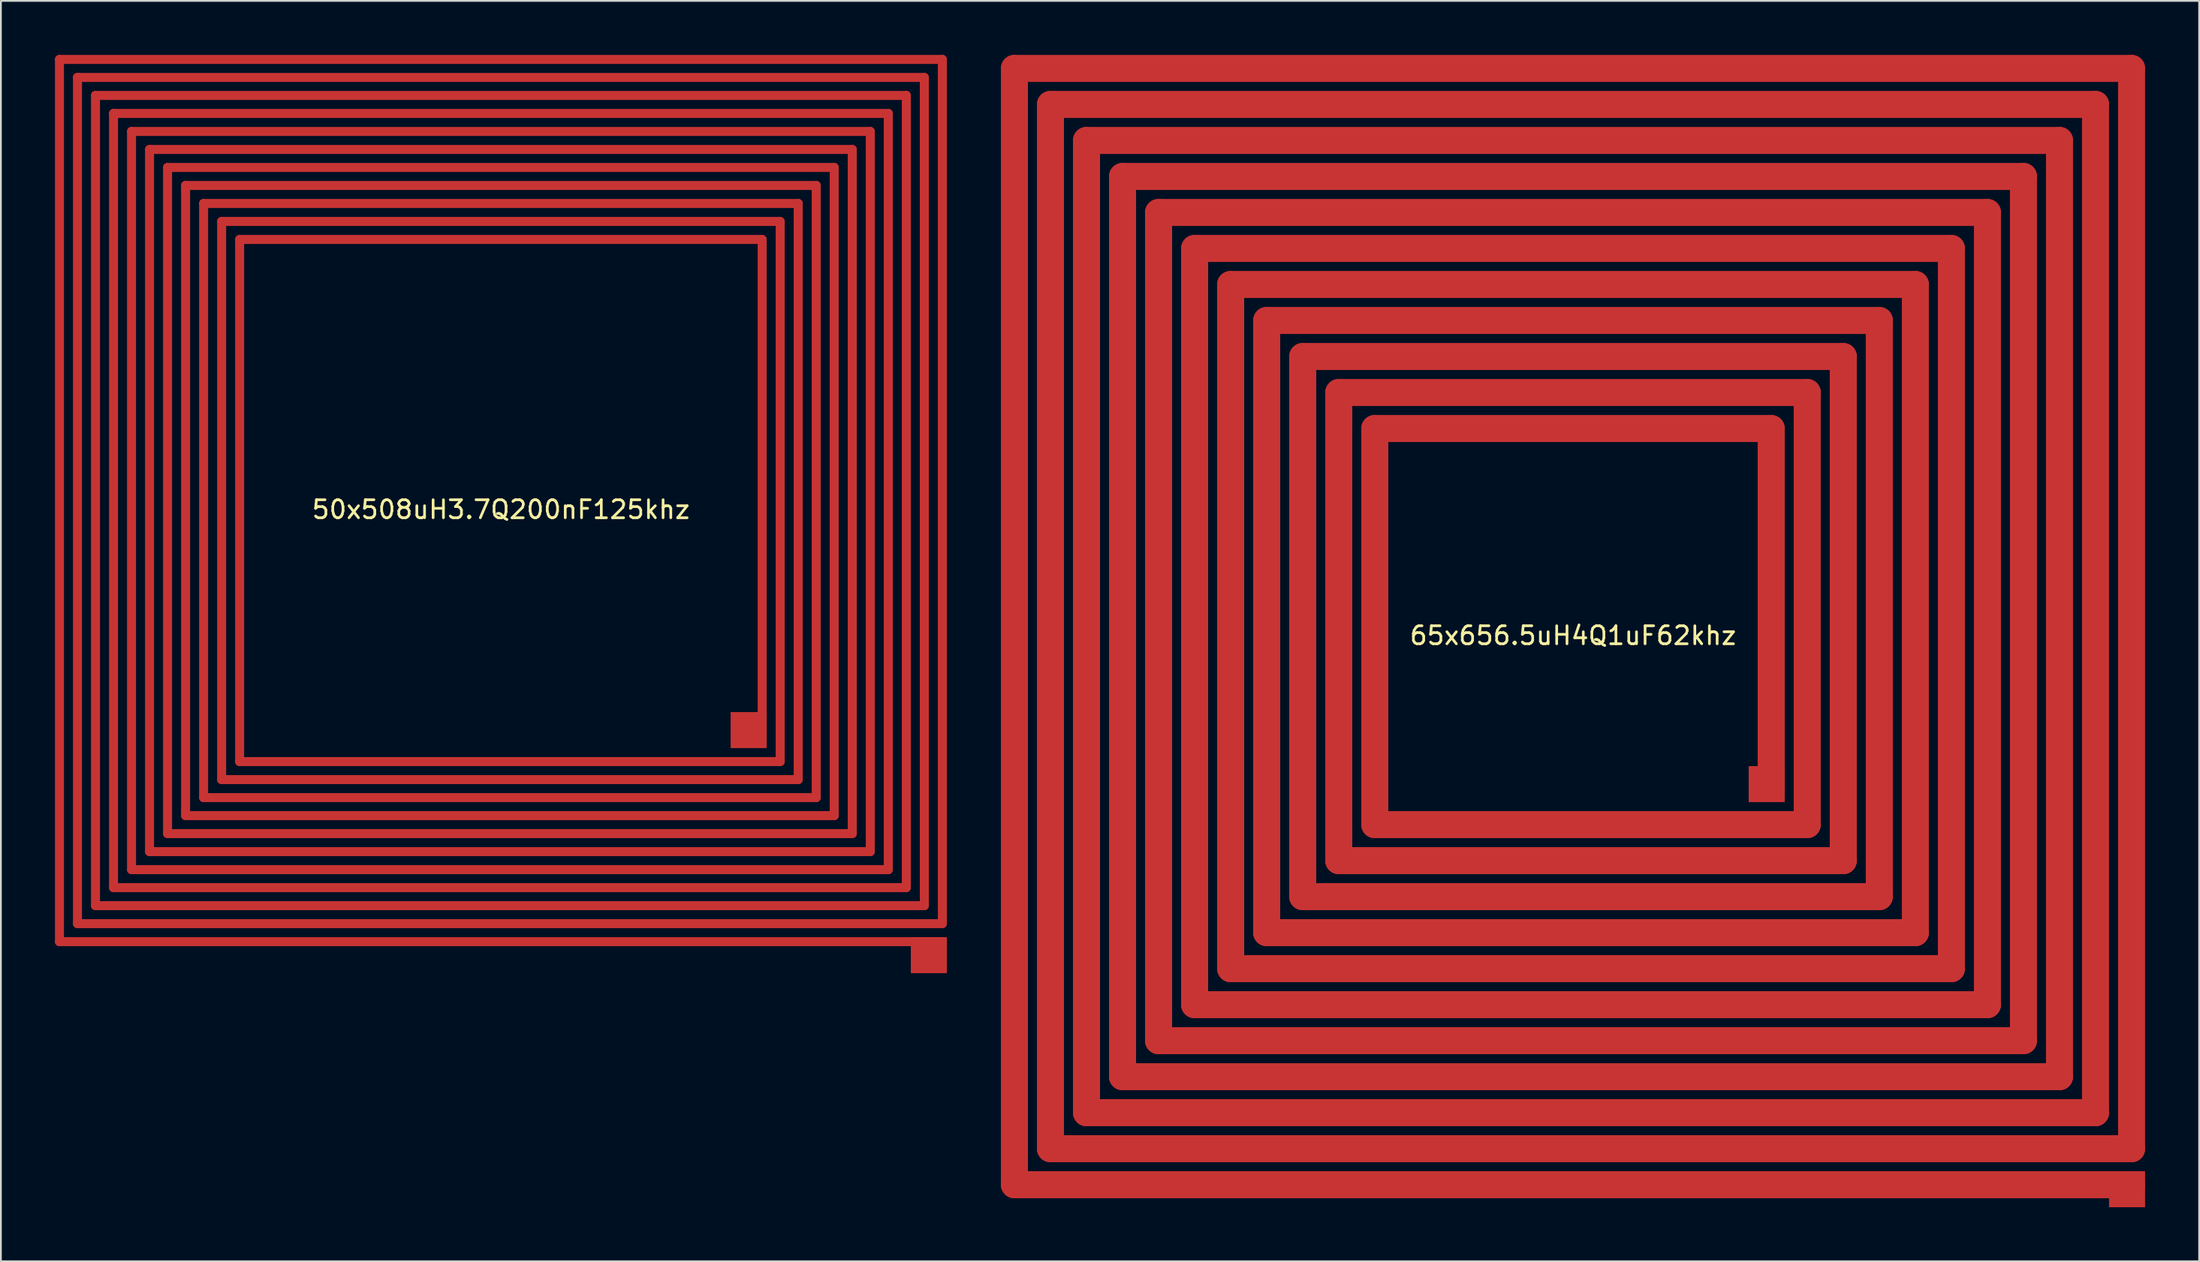
<source format=kicad_pcb>
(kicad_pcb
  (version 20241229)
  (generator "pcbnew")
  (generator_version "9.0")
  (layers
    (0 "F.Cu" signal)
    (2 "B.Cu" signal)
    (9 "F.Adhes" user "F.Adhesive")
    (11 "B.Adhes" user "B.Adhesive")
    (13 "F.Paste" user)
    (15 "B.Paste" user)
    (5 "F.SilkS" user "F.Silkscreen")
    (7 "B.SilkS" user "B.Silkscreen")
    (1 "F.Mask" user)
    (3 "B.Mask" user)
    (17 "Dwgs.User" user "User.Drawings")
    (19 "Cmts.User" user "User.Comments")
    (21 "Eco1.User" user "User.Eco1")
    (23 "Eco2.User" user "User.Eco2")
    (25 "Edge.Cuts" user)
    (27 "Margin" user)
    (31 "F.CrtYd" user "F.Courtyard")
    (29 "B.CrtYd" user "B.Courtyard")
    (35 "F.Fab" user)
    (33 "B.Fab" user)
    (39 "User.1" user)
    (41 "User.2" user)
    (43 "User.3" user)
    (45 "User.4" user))
  (footprint "65x656.5uH4Q1uF62khz"
    (layer "F.Cu")
    (at 84.25 31.75)
    (property "Reference" "65x656.5uH4Q1uF62khz" (at 0 0.5 0) (layer "F.SilkS") (effects (font (size 1 1) (thickness 0.15))))
    (attr through_hole)
    (fp_line (start -31 -31) (end 31 -31) (stroke (width 1.5) (type solid)) (layer "F.Cu"))
    (fp_line (start -31 31) (end -31 -31) (stroke (width 1.5) (type solid)) (layer "F.Cu"))
    (fp_line (start -29 -29) (end 29 -29) (stroke (width 1.5) (type solid)) (layer "F.Cu"))
    (fp_line (start -29 29) (end -29 -29) (stroke (width 1.5) (type solid)) (layer "F.Cu"))
    (fp_line (start -27 -27) (end 27 -27) (stroke (width 1.5) (type solid)) (layer "F.Cu"))
    (fp_line (start -27 27) (end -27 -27) (stroke (width 1.5) (type solid)) (layer "F.Cu"))
    (fp_line (start -25 -25) (end 25 -25) (stroke (width 1.5) (type solid)) (layer "F.Cu"))
    (fp_line (start -25 25) (end -25 -25) (stroke (width 1.5) (type solid)) (layer "F.Cu"))
    (fp_line (start -23 -23) (end 23 -23) (stroke (width 1.5) (type solid)) (layer "F.Cu"))
    (fp_line (start -23 23) (end -23 -23) (stroke (width 1.5) (type solid)) (layer "F.Cu"))
    (fp_line (start -21 -21) (end 21 -21) (stroke (width 1.5) (type solid)) (layer "F.Cu"))
    (fp_line (start -21 21) (end -21 -21) (stroke (width 1.5) (type solid)) (layer "F.Cu"))
    (fp_line (start -19 -19) (end 19 -19) (stroke (width 1.5) (type solid)) (layer "F.Cu"))
    (fp_line (start -19 19) (end -19 -19) (stroke (width 1.5) (type solid)) (layer "F.Cu"))
    (fp_line (start -17 -17) (end 17 -17) (stroke (width 1.5) (type solid)) (layer "F.Cu"))
    (fp_line (start -17 17) (end -17 -17) (stroke (width 1.5) (type solid)) (layer "F.Cu"))
    (fp_line (start -15 -15) (end 15 -15) (stroke (width 1.5) (type solid)) (layer "F.Cu"))
    (fp_line (start -15 15) (end -15 -15) (stroke (width 1.5) (type solid)) (layer "F.Cu"))
    (fp_line (start -13 -13) (end 13 -13) (stroke (width 1.5) (type solid)) (layer "F.Cu"))
    (fp_line (start -13 13) (end -13 -13) (stroke (width 1.5) (type solid)) (layer "F.Cu"))
    (fp_line (start -11 -11) (end 11 -11) (stroke (width 1.5) (type solid)) (layer "F.Cu"))
    (fp_line (start -11 11) (end -11 -11) (stroke (width 1.5) (type solid)) (layer "F.Cu"))
    (fp_line (start 11 -11) (end 11 9) (stroke (width 1.5) (type solid)) (layer "F.Cu"))
    (fp_line (start 13 -13) (end 13 11) (stroke (width 1.5) (type solid)) (layer "F.Cu"))
    (fp_line (start 13 11) (end -11 11) (stroke (width 1.5) (type solid)) (layer "F.Cu"))
    (fp_line (start 15 -15) (end 15 13) (stroke (width 1.5) (type solid)) (layer "F.Cu"))
    (fp_line (start 15 13) (end -13 13) (stroke (width 1.5) (type solid)) (layer "F.Cu"))
    (fp_line (start 17 -17) (end 17 15) (stroke (width 1.5) (type solid)) (layer "F.Cu"))
    (fp_line (start 17 15) (end -15 15) (stroke (width 1.5) (type solid)) (layer "F.Cu"))
    (fp_line (start 19 -19) (end 19 17) (stroke (width 1.5) (type solid)) (layer "F.Cu"))
    (fp_line (start 19 17) (end -17 17) (stroke (width 1.5) (type solid)) (layer "F.Cu"))
    (fp_line (start 21 -21) (end 21 19) (stroke (width 1.5) (type solid)) (layer "F.Cu"))
    (fp_line (start 21 19) (end -19 19) (stroke (width 1.5) (type solid)) (layer "F.Cu"))
    (fp_line (start 23 -23) (end 23 21) (stroke (width 1.5) (type solid)) (layer "F.Cu"))
    (fp_line (start 23 21) (end -21 21) (stroke (width 1.5) (type solid)) (layer "F.Cu"))
    (fp_line (start 25 -25) (end 25 23) (stroke (width 1.5) (type solid)) (layer "F.Cu"))
    (fp_line (start 25 23) (end -23 23) (stroke (width 1.5) (type solid)) (layer "F.Cu"))
    (fp_line (start 27 -27) (end 27 25) (stroke (width 1.5) (type solid)) (layer "F.Cu"))
    (fp_line (start 27 25) (end -25 25) (stroke (width 1.5) (type solid)) (layer "F.Cu"))
    (fp_line (start 29 -29) (end 29 27) (stroke (width 1.5) (type solid)) (layer "F.Cu"))
    (fp_line (start 29 27) (end -27 27) (stroke (width 1.5) (type solid)) (layer "F.Cu"))
    (fp_line (start 31 -31) (end 31 29) (stroke (width 1.5) (type solid)) (layer "F.Cu"))
    (fp_line (start 31 29) (end -29 29) (stroke (width 1.5) (type solid)) (layer "F.Cu"))
    (fp_line (start 31 31) (end -31 31) (stroke (width 1.5) (type solid)) (layer "F.Cu"))
    (pad "1" smd rect (at 30.75 31.25) (size 2 2) (layers "F.Cu"))
    (pad "2" smd rect (at 10.75 8.75) (size 2 2) (layers "F.Cu")))
  (footprint "50x508uH3.7Q200nF125khz"
    (layer "F.Cu")
    (at 24.75 24.75)
    (property "Reference" "50x508uH3.7Q200nF125khz" (at 0 0.5 0) (layer "F.SilkS") (effects (font (size 1 1) (thickness 0.15))))
    (attr through_hole)
    (fp_line (start -24.5 -24.5) (end 24.5 -24.5) (stroke (width 0.5) (type solid)) (layer "F.Cu"))
    (fp_line (start -24.5 24.5) (end -24.5 -24.5) (stroke (width 0.5) (type solid)) (layer "F.Cu"))
    (fp_line (start -23.5 -23.5) (end 23.5 -23.5) (stroke (width 0.5) (type solid)) (layer "F.Cu"))
    (fp_line (start -23.5 23.5) (end -23.5 -23.5) (stroke (width 0.5) (type solid)) (layer "F.Cu"))
    (fp_line (start -22.5 -22.5) (end 22.5 -22.5) (stroke (width 0.5) (type solid)) (layer "F.Cu"))
    (fp_line (start -22.5 22.5) (end -22.5 -22.5) (stroke (width 0.5) (type solid)) (layer "F.Cu"))
    (fp_line (start -21.5 -21.5) (end 21.5 -21.5) (stroke (width 0.5) (type solid)) (layer "F.Cu"))
    (fp_line (start -21.5 21.5) (end -21.5 -21.5) (stroke (width 0.5) (type solid)) (layer "F.Cu"))
    (fp_line (start -20.5 -20.5) (end 20.5 -20.5) (stroke (width 0.5) (type solid)) (layer "F.Cu"))
    (fp_line (start -20.5 20.5) (end -20.5 -20.5) (stroke (width 0.5) (type solid)) (layer "F.Cu"))
    (fp_line (start -19.5 -19.5) (end 19.5 -19.5) (stroke (width 0.5) (type solid)) (layer "F.Cu"))
    (fp_line (start -19.5 19.5) (end -19.5 -19.5) (stroke (width 0.5) (type solid)) (layer "F.Cu"))
    (fp_line (start -18.5 -18.5) (end 18.5 -18.5) (stroke (width 0.5) (type solid)) (layer "F.Cu"))
    (fp_line (start -18.5 18.5) (end -18.5 -18.5) (stroke (width 0.5) (type solid)) (layer "F.Cu"))
    (fp_line (start -17.5 -17.5) (end 17.5 -17.5) (stroke (width 0.5) (type solid)) (layer "F.Cu"))
    (fp_line (start -17.5 17.5) (end -17.5 -17.5) (stroke (width 0.5) (type solid)) (layer "F.Cu"))
    (fp_line (start -16.5 -16.5) (end 16.5 -16.5) (stroke (width 0.5) (type solid)) (layer "F.Cu"))
    (fp_line (start -16.5 16.5) (end -16.5 -16.5) (stroke (width 0.5) (type solid)) (layer "F.Cu"))
    (fp_line (start -15.5 -15.5) (end 15.5 -15.5) (stroke (width 0.5) (type solid)) (layer "F.Cu"))
    (fp_line (start -15.5 15.5) (end -15.5 -15.5) (stroke (width 0.5) (type solid)) (layer "F.Cu"))
    (fp_line (start -14.5 -14.5) (end 14.5 -14.5) (stroke (width 0.5) (type solid)) (layer "F.Cu"))
    (fp_line (start -14.5 14.5) (end -14.5 -14.5) (stroke (width 0.5) (type solid)) (layer "F.Cu"))
    (fp_line (start 14.5 -14.5) (end 14.5 13.5) (stroke (width 0.5) (type solid)) (layer "F.Cu"))
    (fp_line (start 15.5 -15.5) (end 15.5 14.5) (stroke (width 0.5) (type solid)) (layer "F.Cu"))
    (fp_line (start 15.5 14.5) (end -14.5 14.5) (stroke (width 0.5) (type solid)) (layer "F.Cu"))
    (fp_line (start 16.5 -16.5) (end 16.5 15.5) (stroke (width 0.5) (type solid)) (layer "F.Cu"))
    (fp_line (start 16.5 15.5) (end -15.5 15.5) (stroke (width 0.5) (type solid)) (layer "F.Cu"))
    (fp_line (start 17.5 -17.5) (end 17.5 16.5) (stroke (width 0.5) (type solid)) (layer "F.Cu"))
    (fp_line (start 17.5 16.5) (end -16.5 16.5) (stroke (width 0.5) (type solid)) (layer "F.Cu"))
    (fp_line (start 18.5 -18.5) (end 18.5 17.5) (stroke (width 0.5) (type solid)) (layer "F.Cu"))
    (fp_line (start 18.5 17.5) (end -17.5 17.5) (stroke (width 0.5) (type solid)) (layer "F.Cu"))
    (fp_line (start 19.5 -19.5) (end 19.5 18.5) (stroke (width 0.5) (type solid)) (layer "F.Cu"))
    (fp_line (start 19.5 18.5) (end -18.5 18.5) (stroke (width 0.5) (type solid)) (layer "F.Cu"))
    (fp_line (start 20.5 -20.5) (end 20.5 19.5) (stroke (width 0.5) (type solid)) (layer "F.Cu"))
    (fp_line (start 20.5 19.5) (end -19.5 19.5) (stroke (width 0.5) (type solid)) (layer "F.Cu"))
    (fp_line (start 21.5 -21.5) (end 21.5 20.5) (stroke (width 0.5) (type solid)) (layer "F.Cu"))
    (fp_line (start 21.5 20.5) (end -20.5 20.5) (stroke (width 0.5) (type solid)) (layer "F.Cu"))
    (fp_line (start 22.5 -22.5) (end 22.5 21.5) (stroke (width 0.5) (type solid)) (layer "F.Cu"))
    (fp_line (start 22.5 21.5) (end -21.5 21.5) (stroke (width 0.5) (type solid)) (layer "F.Cu"))
    (fp_line (start 23.5 -23.5) (end 23.5 22.5) (stroke (width 0.5) (type solid)) (layer "F.Cu"))
    (fp_line (start 23.5 22.5) (end -22.5 22.5) (stroke (width 0.5) (type solid)) (layer "F.Cu"))
    (fp_line (start 24.5 -24.5) (end 24.5 23.5) (stroke (width 0.5) (type solid)) (layer "F.Cu"))
    (fp_line (start 24.5 23.5) (end -23.5 23.5) (stroke (width 0.5) (type solid)) (layer "F.Cu"))
    (fp_line (start 24.5 24.5) (end -24.5 24.5) (stroke (width 0.5) (type solid)) (layer "F.Cu"))
    (pad "1" smd rect (at 23.75 25.25) (size 2 2) (layers "F.Cu"))
    (pad "2" smd rect (at 13.75 12.75) (size 2 2) (layers "F.Cu")))
  (gr_rect
    (start -3 -3)
    (end 119 67)
    (stroke (width 0.1) (type default))
    (fill no)
    (layer "Edge.Cuts")))
</source>
